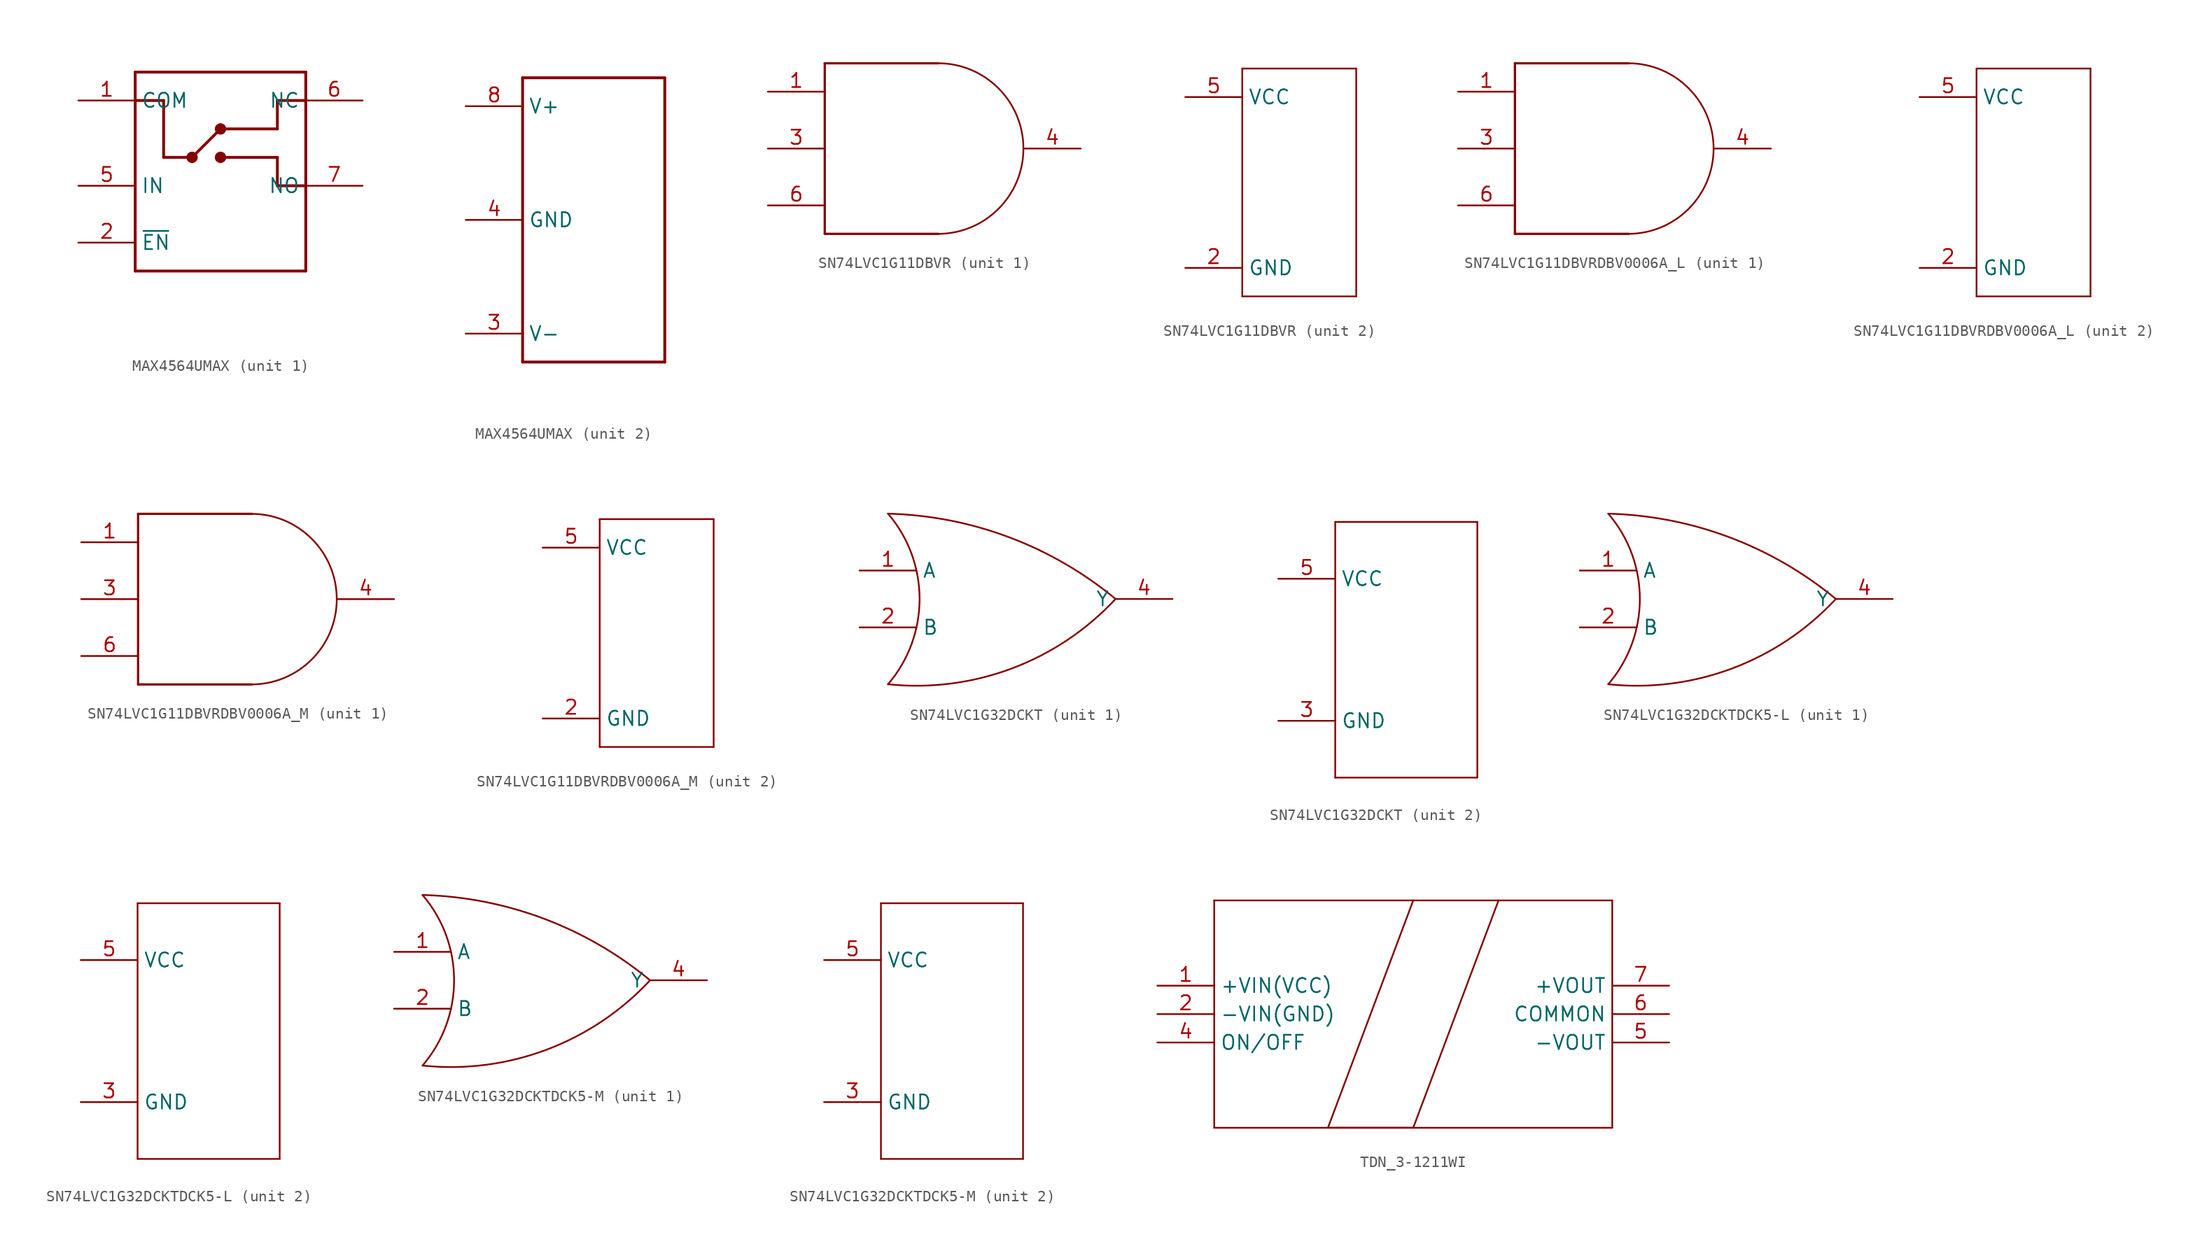
<source format=kicad_sym>
(kicad_symbol_lib
  (version 20220914)
  (generator kicad_symbol_editor)
  (symbol "MAX4564UMAX"
    (property "Reference" ""
      (at -7.62 12.7 0)
      (effects (font (size 1.778 1.511)) (justify left bottom) hide))
    (property "Value" ""
      (at -7.62 -15.24 0)
      (effects (font (size 1.778 1.511)) (justify left bottom)))
    (property "ki_locked" ""
      (at 0 0 0)
      (effects (font (size 1.27 1.27))))
    (symbol "MAX4564UMAX_1_0"
      (circle (center -2.54 0) (radius 0.254) (stroke (width 0.508) (type solid)) (fill (type none)))
      (polyline (pts (xy -7.62 -10.16) (xy 7.62 -10.16)) (stroke (width 0.254) (type solid)) (fill (type none)))
      (polyline (pts (xy -7.62 5.08) (xy -7.62 -10.16)) (stroke (width 0.254) (type solid)) (fill (type none)))
      (polyline (pts (xy -7.62 5.08) (xy -5.08 5.08)) (stroke (width 0.254) (type solid)) (fill (type none)))
      (polyline (pts (xy -7.62 7.62) (xy -7.62 5.08)) (stroke (width 0.254) (type solid)) (fill (type none)))
      (polyline (pts (xy -5.08 0) (xy -2.54 0)) (stroke (width 0.254) (type solid)) (fill (type none)))
      (polyline (pts (xy -5.08 5.08) (xy -5.08 0)) (stroke (width 0.254) (type solid)) (fill (type none)))
      (polyline (pts (xy -2.54 0) (xy 0 2.54)) (stroke (width 0.254) (type solid)) (fill (type none)))
      (polyline (pts (xy 0 0) (xy 5.08 0)) (stroke (width 0.254) (type solid)) (fill (type none)))
      (polyline (pts (xy 0 2.54) (xy 5.08 2.54)) (stroke (width 0.254) (type solid)) (fill (type none)))
      (polyline (pts (xy 5.08 -2.54) (xy 7.62 -2.54)) (stroke (width 0.254) (type solid)) (fill (type none)))
      (polyline (pts (xy 5.08 0) (xy 5.08 -2.54)) (stroke (width 0.254) (type solid)) (fill (type none)))
      (polyline (pts (xy 5.08 2.54) (xy 5.08 5.08)) (stroke (width 0.254) (type solid)) (fill (type none)))
      (polyline (pts (xy 5.08 5.08) (xy 7.62 5.08)) (stroke (width 0.254) (type solid)) (fill (type none)))
      (polyline (pts (xy 7.62 -10.16) (xy 7.62 -2.54)) (stroke (width 0.254) (type solid)) (fill (type none)))
      (polyline (pts (xy 7.62 -2.54) (xy 7.62 5.08)) (stroke (width 0.254) (type solid)) (fill (type none)))
      (polyline (pts (xy 7.62 5.08) (xy 7.62 7.62)) (stroke (width 0.254) (type solid)) (fill (type none)))
      (polyline (pts (xy 7.62 7.62) (xy -7.62 7.62)) (stroke (width 0.254) (type solid)) (fill (type none)))
      (circle (center 0 0) (radius 0.254) (stroke (width 0.508) (type solid)) (fill (type none)))
      (circle (center 0 2.54) (radius 0.254) (stroke (width 0.508) (type solid)) (fill (type none)))
      (pin bidirectional line (at -12.7 5.08 0) (length 5.08) (name "COM" (effects (font (size 1.27 1.27)))) (number "1" (effects (font (size 1.27 1.27)))))
      (pin bidirectional line (at -12.7 -7.62 0) (length 5.08) (name "~{EN}" (effects (font (size 1.27 1.27)))) (number "2" (effects (font (size 1.27 1.27)))))
      (pin bidirectional line (at -12.7 -2.54 0) (length 5.08) (name "IN" (effects (font (size 1.27 1.27)))) (number "5" (effects (font (size 1.27 1.27)))))
      (pin bidirectional line (at 12.7 5.08 180) (length 5.08) (name "NC" (effects (font (size 1.27 1.27)))) (number "6" (effects (font (size 1.27 1.27)))))
      (pin bidirectional line (at 12.7 -2.54 180) (length 5.08) (name "NO" (effects (font (size 1.27 1.27)))) (number "7" (effects (font (size 1.27 1.27))))))
    (symbol "MAX4564UMAX_2_0"
      (polyline (pts (xy -7.62 -12.7) (xy 5.08 -12.7)) (stroke (width 0.254) (type solid)) (fill (type none)))
      (polyline (pts (xy -7.62 12.7) (xy -7.62 -12.7)) (stroke (width 0.254) (type solid)) (fill (type none)))
      (polyline (pts (xy 5.08 -12.7) (xy 5.08 12.7)) (stroke (width 0.254) (type solid)) (fill (type none)))
      (polyline (pts (xy 5.08 12.7) (xy -7.62 12.7)) (stroke (width 0.254) (type solid)) (fill (type none)))
      (pin bidirectional line (at -12.7 -10.16 0) (length 5.08) (name "V-" (effects (font (size 1.27 1.27)))) (number "3" (effects (font (size 1.27 1.27)))))
      (pin bidirectional line (at -12.7 0 0) (length 5.08) (name "GND" (effects (font (size 1.27 1.27)))) (number "4" (effects (font (size 1.27 1.27)))))
      (pin bidirectional line (at -12.7 10.16 0) (length 5.08) (name "V+" (effects (font (size 1.27 1.27)))) (number "8" (effects (font (size 1.27 1.27)))))))
  (symbol "SN74LVC1G11DBVR"
    (property "Reference" "U"
      (at -5.08 12.7 0)
      (effects (font (size 1.778 1.511)) (justify left bottom) hide))
    (property "ki_locked" ""
      (at 0 0 0)
      (effects (font (size 1.27 1.27))))
    (symbol "SN74LVC1G11DBVR_1_0"
      (polyline (pts (xy -7.62 -7.62) (xy -7.62 7.62)) (stroke (width 0.203) (type solid)) (fill (type none)))
      (polyline (pts (xy -7.62 -7.62) (xy 2.54 -7.62)) (stroke (width 0.203) (type solid)) (fill (type none)))
      (polyline (pts (xy -7.62 7.62) (xy 2.54 7.62)) (stroke (width 0.203) (type solid)) (fill (type none)))
      (arc (start 2.5398 -7.62) (mid 10.1599 -0.0001) (end 2.54 7.62) (stroke (width 0.1524) (type solid)) (fill (type none)))
      (pin input line (at -12.7 5.08 0) (length 5.08) (name "A" (effects (font (size 0 0)))) (number "1" (effects (font (size 1.27 1.27)))))
      (pin input line (at -12.7 0 0) (length 5.08) (name "B" (effects (font (size 0 0)))) (number "3" (effects (font (size 1.27 1.27)))))
      (pin output line (at 15.24 0 180) (length 5.08) (name "Y" (effects (font (size 0 0)))) (number "4" (effects (font (size 1.27 1.27)))))
      (pin input line (at -12.7 -5.08 0) (length 5.08) (name "C" (effects (font (size 0 0)))) (number "6" (effects (font (size 1.27 1.27))))))
    (symbol "SN74LVC1G11DBVR_2_0"
      (polyline (pts (xy -5.08 -10.16) (xy 5.08 -10.16)) (stroke (width 0.152) (type solid)) (fill (type none)))
      (polyline (pts (xy -5.08 10.16) (xy -5.08 -10.16)) (stroke (width 0.152) (type solid)) (fill (type none)))
      (polyline (pts (xy 5.08 -10.16) (xy 5.08 10.16)) (stroke (width 0.152) (type solid)) (fill (type none)))
      (polyline (pts (xy 5.08 10.16) (xy -5.08 10.16)) (stroke (width 0.152) (type solid)) (fill (type none)))
      (pin bidirectional line (at -10.16 -7.62 0) (length 5.08) (name "GND" (effects (font (size 1.27 1.27)))) (number "2" (effects (font (size 1.27 1.27)))))
      (pin bidirectional line (at -10.16 7.62 0) (length 5.08) (name "VCC" (effects (font (size 1.27 1.27)))) (number "5" (effects (font (size 1.27 1.27)))))))
  (symbol "SN74LVC1G11DBVRDBV0006A_L"
    (property "Reference" "U"
      (at -5.08 12.7 0)
      (effects (font (size 1.778 1.511)) (justify left bottom) hide))
    (property "ki_locked" ""
      (at 0 0 0)
      (effects (font (size 1.27 1.27))))
    (symbol "SN74LVC1G11DBVRDBV0006A_L_1_0"
      (polyline (pts (xy -7.62 -7.62) (xy -7.62 7.62)) (stroke (width 0.203) (type solid)) (fill (type none)))
      (polyline (pts (xy -7.62 -7.62) (xy 2.54 -7.62)) (stroke (width 0.203) (type solid)) (fill (type none)))
      (polyline (pts (xy -7.62 7.62) (xy 2.54 7.62)) (stroke (width 0.203) (type solid)) (fill (type none)))
      (arc (start 2.5398 -7.62) (mid 10.1599 -0.0001) (end 2.54 7.62) (stroke (width 0.1524) (type solid)) (fill (type none)))
      (pin input line (at -12.7 5.08 0) (length 5.08) (name "A" (effects (font (size 0 0)))) (number "1" (effects (font (size 1.27 1.27)))))
      (pin input line (at -12.7 0 0) (length 5.08) (name "B" (effects (font (size 0 0)))) (number "3" (effects (font (size 1.27 1.27)))))
      (pin output line (at 15.24 0 180) (length 5.08) (name "Y" (effects (font (size 0 0)))) (number "4" (effects (font (size 1.27 1.27)))))
      (pin input line (at -12.7 -5.08 0) (length 5.08) (name "C" (effects (font (size 0 0)))) (number "6" (effects (font (size 1.27 1.27))))))
    (symbol "SN74LVC1G11DBVRDBV0006A_L_2_0"
      (polyline (pts (xy -5.08 -10.16) (xy 5.08 -10.16)) (stroke (width 0.152) (type solid)) (fill (type none)))
      (polyline (pts (xy -5.08 10.16) (xy -5.08 -10.16)) (stroke (width 0.152) (type solid)) (fill (type none)))
      (polyline (pts (xy 5.08 -10.16) (xy 5.08 10.16)) (stroke (width 0.152) (type solid)) (fill (type none)))
      (polyline (pts (xy 5.08 10.16) (xy -5.08 10.16)) (stroke (width 0.152) (type solid)) (fill (type none)))
      (pin bidirectional line (at -10.16 -7.62 0) (length 5.08) (name "GND" (effects (font (size 1.27 1.27)))) (number "2" (effects (font (size 1.27 1.27)))))
      (pin bidirectional line (at -10.16 7.62 0) (length 5.08) (name "VCC" (effects (font (size 1.27 1.27)))) (number "5" (effects (font (size 1.27 1.27)))))))
  (symbol "SN74LVC1G11DBVRDBV0006A_M"
    (property "Reference" "U"
      (at -5.08 12.7 0)
      (effects (font (size 1.778 1.511)) (justify left bottom) hide))
    (property "ki_locked" ""
      (at 0 0 0)
      (effects (font (size 1.27 1.27))))
    (symbol "SN74LVC1G11DBVRDBV0006A_M_1_0"
      (polyline (pts (xy -7.62 -7.62) (xy -7.62 7.62)) (stroke (width 0.203) (type solid)) (fill (type none)))
      (polyline (pts (xy -7.62 -7.62) (xy 2.54 -7.62)) (stroke (width 0.203) (type solid)) (fill (type none)))
      (polyline (pts (xy -7.62 7.62) (xy 2.54 7.62)) (stroke (width 0.203) (type solid)) (fill (type none)))
      (arc (start 2.5398 -7.62) (mid 10.1599 -0.0001) (end 2.54 7.62) (stroke (width 0.1524) (type solid)) (fill (type none)))
      (pin input line (at -12.7 5.08 0) (length 5.08) (name "A" (effects (font (size 0 0)))) (number "1" (effects (font (size 1.27 1.27)))))
      (pin input line (at -12.7 0 0) (length 5.08) (name "B" (effects (font (size 0 0)))) (number "3" (effects (font (size 1.27 1.27)))))
      (pin output line (at 15.24 0 180) (length 5.08) (name "Y" (effects (font (size 0 0)))) (number "4" (effects (font (size 1.27 1.27)))))
      (pin input line (at -12.7 -5.08 0) (length 5.08) (name "C" (effects (font (size 0 0)))) (number "6" (effects (font (size 1.27 1.27))))))
    (symbol "SN74LVC1G11DBVRDBV0006A_M_2_0"
      (polyline (pts (xy -5.08 -10.16) (xy 5.08 -10.16)) (stroke (width 0.152) (type solid)) (fill (type none)))
      (polyline (pts (xy -5.08 10.16) (xy -5.08 -10.16)) (stroke (width 0.152) (type solid)) (fill (type none)))
      (polyline (pts (xy 5.08 -10.16) (xy 5.08 10.16)) (stroke (width 0.152) (type solid)) (fill (type none)))
      (polyline (pts (xy 5.08 10.16) (xy -5.08 10.16)) (stroke (width 0.152) (type solid)) (fill (type none)))
      (pin bidirectional line (at -10.16 -7.62 0) (length 5.08) (name "GND" (effects (font (size 1.27 1.27)))) (number "2" (effects (font (size 1.27 1.27)))))
      (pin bidirectional line (at -10.16 7.62 0) (length 5.08) (name "VCC" (effects (font (size 1.27 1.27)))) (number "5" (effects (font (size 1.27 1.27)))))))
  (symbol "SN74LVC1G32DCKT"
    (property "Reference" "U"
      (at -7.62 15.24 0)
      (effects (font (size 1.778 1.511)) (justify left bottom) hide))
    (property "ki_locked" ""
      (at 0 0 0)
      (effects (font (size 1.27 1.27))))
    (symbol "SN74LVC1G32DCKT_1_0"
      (arc (start -10.16 -7.62) (mid -7.3412 0) (end -10.16 7.62) (stroke (width 0.1524) (type solid)) (fill (type none)))
      (arc (start -10.16 -7.62) (mid 0.8994 -6.2085) (end 10.16 0) (stroke (width 0.1524) (type solid)) (fill (type none)))
      (arc (start 10.16 0.0001) (mid 0.6403 5.5177) (end -10.16 7.62) (stroke (width 0.1524) (type solid)) (fill (type none)))
      (pin input line (at -12.7 2.54 0) (length 5.08) (name "A" (effects (font (size 1.27 1.27)))) (number "1" (effects (font (size 1.27 1.27)))))
      (pin input line (at -12.7 -2.54 0) (length 5.08) (name "B" (effects (font (size 1.27 1.27)))) (number "2" (effects (font (size 1.27 1.27)))))
      (pin output line (at 15.24 0 180) (length 5.08) (name "Y" (effects (font (size 1.27 1.27)))) (number "4" (effects (font (size 1.27 1.27))))))
    (symbol "SN74LVC1G32DCKT_2_0"
      (polyline (pts (xy -7.62 -10.16) (xy 5.08 -10.16)) (stroke (width 0.152) (type solid)) (fill (type none)))
      (polyline (pts (xy -7.62 12.7) (xy -7.62 -10.16)) (stroke (width 0.152) (type solid)) (fill (type none)))
      (polyline (pts (xy 5.08 -10.16) (xy 5.08 12.7)) (stroke (width 0.152) (type solid)) (fill (type none)))
      (polyline (pts (xy 5.08 12.7) (xy -7.62 12.7)) (stroke (width 0.152) (type solid)) (fill (type none)))
      (pin bidirectional line (at -12.7 -5.08 0) (length 5.08) (name "GND" (effects (font (size 1.27 1.27)))) (number "3" (effects (font (size 1.27 1.27)))))
      (pin bidirectional line (at -12.7 7.62 0) (length 5.08) (name "VCC" (effects (font (size 1.27 1.27)))) (number "5" (effects (font (size 1.27 1.27)))))))
  (symbol "SN74LVC1G32DCKTDCK5-L"
    (property "Reference" "U"
      (at -7.62 15.24 0)
      (effects (font (size 1.778 1.511)) (justify left bottom) hide))
    (property "ki_locked" ""
      (at 0 0 0)
      (effects (font (size 1.27 1.27))))
    (symbol "SN74LVC1G32DCKTDCK5-L_1_0"
      (arc (start -10.16 -7.62) (mid -7.3412 0) (end -10.16 7.62) (stroke (width 0.1524) (type solid)) (fill (type none)))
      (arc (start -10.16 -7.62) (mid 0.8994 -6.2085) (end 10.16 0) (stroke (width 0.1524) (type solid)) (fill (type none)))
      (arc (start 10.16 0.0001) (mid 0.6403 5.5177) (end -10.16 7.62) (stroke (width 0.1524) (type solid)) (fill (type none)))
      (pin input line (at -12.7 2.54 0) (length 5.08) (name "A" (effects (font (size 1.27 1.27)))) (number "1" (effects (font (size 1.27 1.27)))))
      (pin input line (at -12.7 -2.54 0) (length 5.08) (name "B" (effects (font (size 1.27 1.27)))) (number "2" (effects (font (size 1.27 1.27)))))
      (pin output line (at 15.24 0 180) (length 5.08) (name "Y" (effects (font (size 1.27 1.27)))) (number "4" (effects (font (size 1.27 1.27))))))
    (symbol "SN74LVC1G32DCKTDCK5-L_2_0"
      (polyline (pts (xy -7.62 -10.16) (xy 5.08 -10.16)) (stroke (width 0.152) (type solid)) (fill (type none)))
      (polyline (pts (xy -7.62 12.7) (xy -7.62 -10.16)) (stroke (width 0.152) (type solid)) (fill (type none)))
      (polyline (pts (xy 5.08 -10.16) (xy 5.08 12.7)) (stroke (width 0.152) (type solid)) (fill (type none)))
      (polyline (pts (xy 5.08 12.7) (xy -7.62 12.7)) (stroke (width 0.152) (type solid)) (fill (type none)))
      (pin bidirectional line (at -12.7 -5.08 0) (length 5.08) (name "GND" (effects (font (size 1.27 1.27)))) (number "3" (effects (font (size 1.27 1.27)))))
      (pin bidirectional line (at -12.7 7.62 0) (length 5.08) (name "VCC" (effects (font (size 1.27 1.27)))) (number "5" (effects (font (size 1.27 1.27)))))))
  (symbol "SN74LVC1G32DCKTDCK5-M"
    (property "Reference" "U"
      (at -7.62 15.24 0)
      (effects (font (size 1.778 1.511)) (justify left bottom) hide))
    (property "ki_locked" ""
      (at 0 0 0)
      (effects (font (size 1.27 1.27))))
    (symbol "SN74LVC1G32DCKTDCK5-M_1_0"
      (arc (start -10.16 -7.62) (mid -7.3412 0) (end -10.16 7.62) (stroke (width 0.1524) (type solid)) (fill (type none)))
      (arc (start -10.16 -7.62) (mid 0.8994 -6.2085) (end 10.16 0) (stroke (width 0.1524) (type solid)) (fill (type none)))
      (arc (start 10.16 0.0001) (mid 0.6403 5.5177) (end -10.16 7.62) (stroke (width 0.1524) (type solid)) (fill (type none)))
      (pin input line (at -12.7 2.54 0) (length 5.08) (name "A" (effects (font (size 1.27 1.27)))) (number "1" (effects (font (size 1.27 1.27)))))
      (pin input line (at -12.7 -2.54 0) (length 5.08) (name "B" (effects (font (size 1.27 1.27)))) (number "2" (effects (font (size 1.27 1.27)))))
      (pin output line (at 15.24 0 180) (length 5.08) (name "Y" (effects (font (size 1.27 1.27)))) (number "4" (effects (font (size 1.27 1.27))))))
    (symbol "SN74LVC1G32DCKTDCK5-M_2_0"
      (polyline (pts (xy -7.62 -10.16) (xy 5.08 -10.16)) (stroke (width 0.152) (type solid)) (fill (type none)))
      (polyline (pts (xy -7.62 12.7) (xy -7.62 -10.16)) (stroke (width 0.152) (type solid)) (fill (type none)))
      (polyline (pts (xy 5.08 -10.16) (xy 5.08 12.7)) (stroke (width 0.152) (type solid)) (fill (type none)))
      (polyline (pts (xy 5.08 12.7) (xy -7.62 12.7)) (stroke (width 0.152) (type solid)) (fill (type none)))
      (pin bidirectional line (at -12.7 -5.08 0) (length 5.08) (name "GND" (effects (font (size 1.27 1.27)))) (number "3" (effects (font (size 1.27 1.27)))))
      (pin bidirectional line (at -12.7 7.62 0) (length 5.08) (name "VCC" (effects (font (size 1.27 1.27)))) (number "5" (effects (font (size 1.27 1.27)))))))
  (symbol "TDN_3-1211WI"
    (property "Reference" "U"
      (at -17.424 14.199 0)
      (effects (font (size 2.083 1.77)) (justify left bottom) hide))
    (property "ki_locked" ""
      (at 0 0 0)
      (effects (font (size 1.27 1.27))))
    (symbol "TDN_3-1211WI_1_0"
      (polyline (pts (xy -17.78 -10.16) (xy -7.62 -10.16)) (stroke (width 0.152) (type solid)) (fill (type none)))
      (polyline (pts (xy -17.78 10.16) (xy -17.78 -10.16)) (stroke (width 0.152) (type solid)) (fill (type none)))
      (polyline (pts (xy -7.62 -10.16) (xy 0 -10.16)) (stroke (width 0.152) (type solid)) (fill (type none)))
      (polyline (pts (xy -7.62 -10.16) (xy 0 10.16)) (stroke (width 0.152) (type solid)) (fill (type none)))
      (polyline (pts (xy 0 -10.16) (xy -7.62 -10.16)) (stroke (width 0.152) (type solid)) (fill (type none)))
      (polyline (pts (xy 0 -10.16) (xy 17.78 -10.16)) (stroke (width 0.152) (type solid)) (fill (type none)))
      (polyline (pts (xy 0 10.16) (xy -17.78 10.16)) (stroke (width 0.152) (type solid)) (fill (type none)))
      (polyline (pts (xy 7.62 10.16) (xy 0 -10.16)) (stroke (width 0.152) (type solid)) (fill (type none)))
      (polyline (pts (xy 7.62 10.16) (xy 0 10.16)) (stroke (width 0.152) (type solid)) (fill (type none)))
      (polyline (pts (xy 17.78 -10.16) (xy 17.78 10.16)) (stroke (width 0.152) (type solid)) (fill (type none)))
      (polyline (pts (xy 17.78 10.16) (xy 7.62 10.16)) (stroke (width 0.152) (type solid)) (fill (type none)))
      (pin power_in line (at -22.86 2.54 0) (length 5.08) (name "+VIN(VCC)" (effects (font (size 1.27 1.27)))) (number "1" (effects (font (size 1.27 1.27)))))
      (pin passive line (at -22.86 0 0) (length 5.08) (name "-VIN(GND)" (effects (font (size 1.27 1.27)))) (number "2" (effects (font (size 1.27 1.27)))))
      (pin bidirectional line (at -22.86 -2.54 0) (length 5.08) (name "ON/OFF" (effects (font (size 1.27 1.27)))) (number "4" (effects (font (size 1.27 1.27)))))
      (pin output line (at 22.86 -2.54 180) (length 5.08) (name "-VOUT" (effects (font (size 1.27 1.27)))) (number "5" (effects (font (size 1.27 1.27)))))
      (pin output line (at 22.86 0 180) (length 5.08) (name "COMMON" (effects (font (size 1.27 1.27)))) (number "6" (effects (font (size 1.27 1.27)))))
      (pin output line (at 22.86 2.54 180) (length 5.08) (name "+VOUT" (effects (font (size 1.27 1.27)))) (number "7" (effects (font (size 1.27 1.27))))))))
</source>
